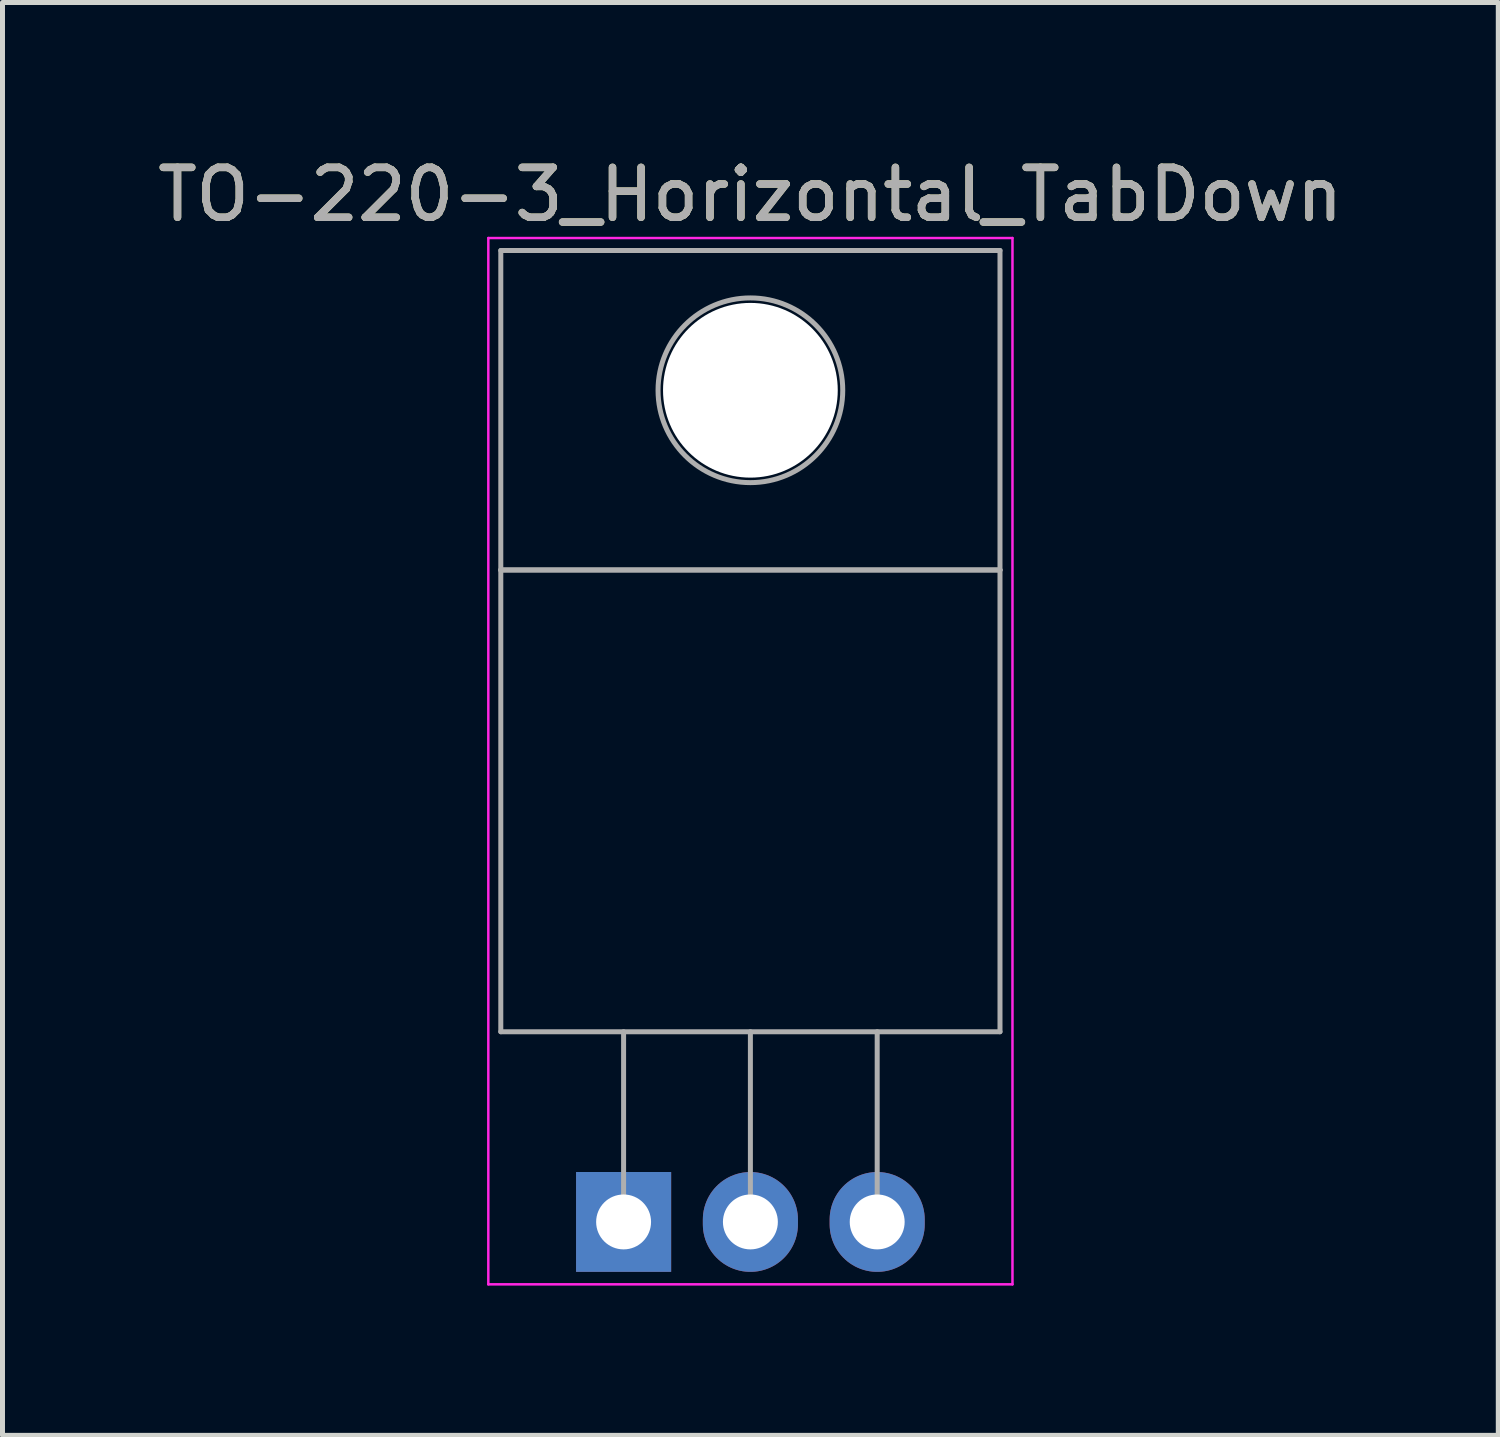
<source format=kicad_pcb>
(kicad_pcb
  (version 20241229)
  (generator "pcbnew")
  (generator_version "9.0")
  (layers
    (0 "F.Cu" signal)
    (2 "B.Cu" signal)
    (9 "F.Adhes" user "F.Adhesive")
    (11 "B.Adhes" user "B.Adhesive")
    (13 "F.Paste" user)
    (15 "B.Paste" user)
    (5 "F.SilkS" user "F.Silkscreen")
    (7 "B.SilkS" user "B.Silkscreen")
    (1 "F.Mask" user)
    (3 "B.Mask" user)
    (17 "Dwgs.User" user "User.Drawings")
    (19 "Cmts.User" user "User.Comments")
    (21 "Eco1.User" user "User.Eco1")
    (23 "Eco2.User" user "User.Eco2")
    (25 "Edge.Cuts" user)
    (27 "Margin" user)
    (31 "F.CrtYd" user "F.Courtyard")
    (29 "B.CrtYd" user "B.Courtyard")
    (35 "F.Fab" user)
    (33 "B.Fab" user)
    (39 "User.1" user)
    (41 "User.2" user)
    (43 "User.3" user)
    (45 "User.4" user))
  (footprint "TO-220-3_Horizontal_TabDown"
    (layer "F.Cu")
    (at 9.442 21.428)
    (property "Reference" "TO-220-3_Horizontal_TabDown" (at 2.54 -20.58 180) (layer "F.SilkS") (effects (font (size 1 1) (thickness 0.15))))
    (attr through_hole)
    (fp_line (start -2.71 -19.71) (end -2.71 1.25) (stroke (width 0.05) (type solid)) (layer "F.CrtYd"))
    (fp_line (start -2.71 1.25) (end 7.79 1.25) (stroke (width 0.05) (type solid)) (layer "F.CrtYd"))
    (fp_line (start 7.79 -19.71) (end -2.71 -19.71) (stroke (width 0.05) (type solid)) (layer "F.CrtYd"))
    (fp_line (start 7.79 1.25) (end 7.79 -19.71) (stroke (width 0.05) (type solid)) (layer "F.CrtYd"))
    (fp_line (start -2.46 -19.46) (end 7.54 -19.46) (stroke (width 0.1) (type solid)) (layer "F.Fab"))
    (fp_line (start -2.46 -13.06) (end -2.46 -19.46) (stroke (width 0.1) (type solid)) (layer "F.Fab"))
    (fp_line (start -2.46 -13.06) (end 7.54 -13.06) (stroke (width 0.1) (type solid)) (layer "F.Fab"))
    (fp_line (start -2.46 -3.81) (end -2.46 -13.06) (stroke (width 0.1) (type solid)) (layer "F.Fab"))
    (fp_line (start 0 -3.81) (end 0 0) (stroke (width 0.1) (type solid)) (layer "F.Fab"))
    (fp_line (start 2.54 -3.81) (end 2.54 0) (stroke (width 0.1) (type solid)) (layer "F.Fab"))
    (fp_line (start 5.08 -3.81) (end 5.08 0) (stroke (width 0.1) (type solid)) (layer "F.Fab"))
    (fp_line (start 7.54 -19.46) (end 7.54 -13.06) (stroke (width 0.1) (type solid)) (layer "F.Fab"))
    (fp_line (start 7.54 -13.06) (end -2.46 -13.06) (stroke (width 0.1) (type solid)) (layer "F.Fab"))
    (fp_line (start 7.54 -13.06) (end 7.54 -3.81) (stroke (width 0.1) (type solid)) (layer "F.Fab"))
    (fp_line (start 7.54 -3.81) (end -2.46 -3.81) (stroke (width 0.1) (type solid)) (layer "F.Fab"))
    (fp_circle (center 2.54 -16.66) (end 4.39 -16.66) (stroke (width 0.1) (type solid)) (fill no) (layer "F.Fab"))
    (fp_text user "${REFERENCE}" (at 2.54 -20.58 180) (layer "F.Fab") (effects (font (size 1 1) (thickness 0.15))))
    (pad "" np_thru_hole oval (at 2.54 -16.66) (size 3.5 3.5) (drill 3.5) (layers "*.Cu" "*.Mask"))
    (pad "1" thru_hole rect (at 0 0) (size 1.905 2) (drill 1.1) (layers "*.Cu" "*.Mask"))
    (pad "2" thru_hole oval (at 2.54 0) (size 1.905 2) (drill 1.1) (layers "*.Cu" "*.Mask"))
    (pad "3" thru_hole oval (at 5.08 0) (size 1.905 2) (drill 1.1) (layers "*.Cu" "*.Mask")))
  (gr_rect
    (start -3 -3)
    (end 26.964 25.703)
    (stroke (width 0.1) (type default))
    (fill no)
    (layer "Edge.Cuts")))
</source>
